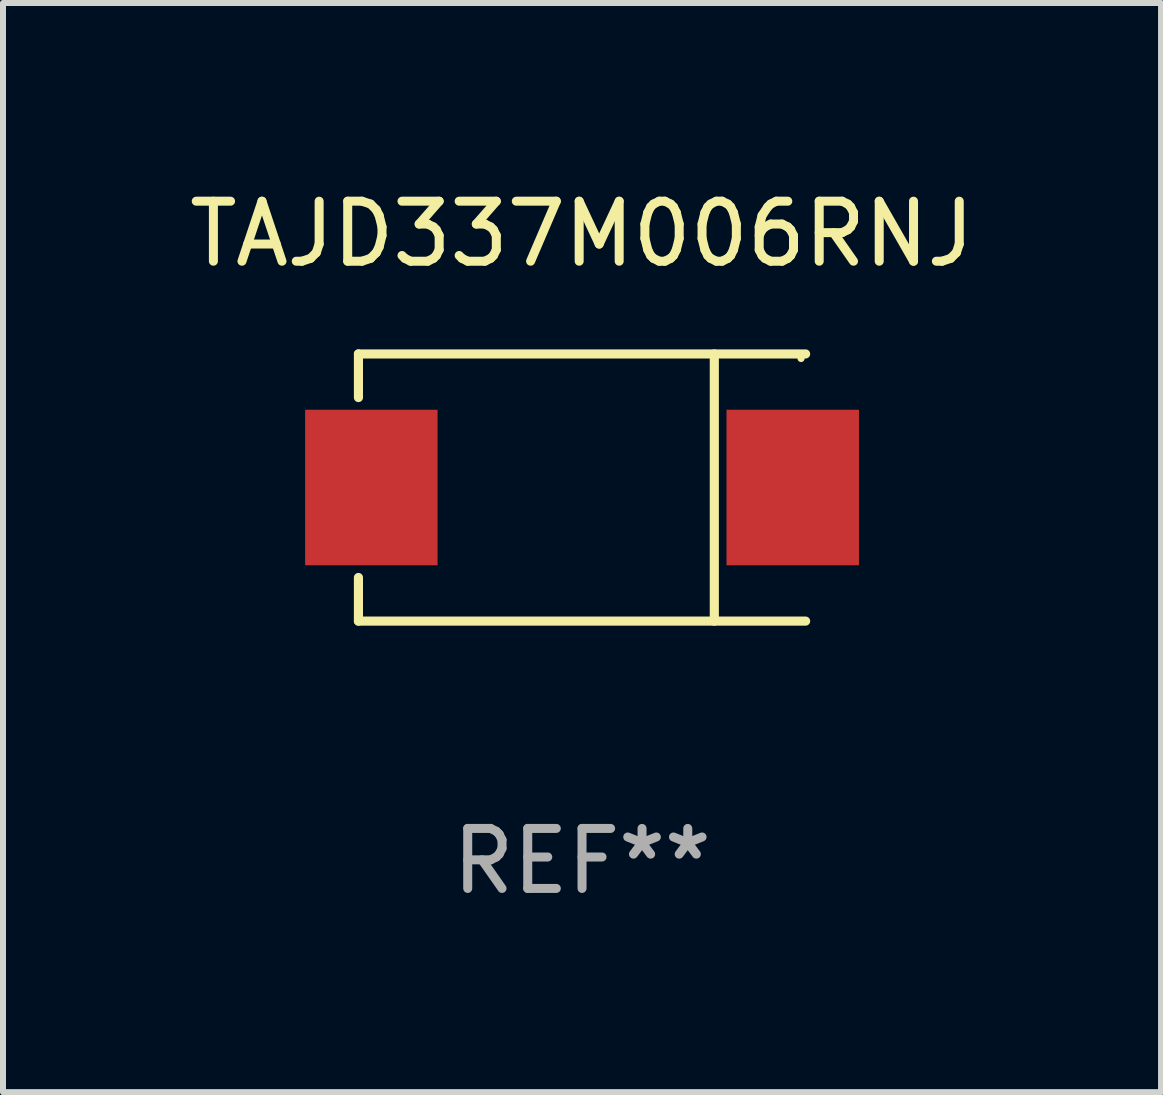
<source format=kicad_pcb>
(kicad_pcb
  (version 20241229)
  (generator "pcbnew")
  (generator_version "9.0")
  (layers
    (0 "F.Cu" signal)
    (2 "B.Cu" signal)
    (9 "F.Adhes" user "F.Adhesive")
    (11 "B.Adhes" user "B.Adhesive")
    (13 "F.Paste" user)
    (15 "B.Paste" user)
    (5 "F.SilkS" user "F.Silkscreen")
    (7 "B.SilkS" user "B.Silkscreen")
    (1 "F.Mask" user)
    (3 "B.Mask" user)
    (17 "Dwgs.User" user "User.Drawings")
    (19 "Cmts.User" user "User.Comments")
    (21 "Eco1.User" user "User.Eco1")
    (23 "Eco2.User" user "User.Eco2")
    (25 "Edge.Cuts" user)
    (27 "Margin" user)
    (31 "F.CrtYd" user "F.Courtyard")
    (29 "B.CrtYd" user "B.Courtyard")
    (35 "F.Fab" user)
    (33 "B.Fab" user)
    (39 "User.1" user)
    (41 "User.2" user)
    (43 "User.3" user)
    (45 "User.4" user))
  (footprint "TAJD337M006RNJ"
    (layer "F.Cu")
    (at 6.649 5.074)
    (property "Reference" "TAJD337M006RNJ" (at 0 -4.226 0) (layer "F.SilkS") (effects (font (size 1 1) (thickness 0.15))))
    (attr through_hole)
    (fp_line (start -3.726 -2.226) (end -3.726 -1.499) (stroke (width 0.152) (type solid)) (layer "F.SilkS"))
    (fp_line (start -3.726 -2.226) (end 3.726 -2.226) (stroke (width 0.152) (type solid)) (layer "F.SilkS"))
    (fp_line (start -3.726 2.226) (end -3.726 1.499) (stroke (width 0.152) (type solid)) (layer "F.SilkS"))
    (fp_line (start -3.726 2.226) (end 3.726 2.226) (stroke (width 0.152) (type solid)) (layer "F.SilkS"))
    (fp_line (start 2.204 -2.226) (end 2.204 2.226) (stroke (width 0.152) (type solid)) (layer "F.SilkS"))
    (fp_circle (center 3.65 -2.15) (end 3.68 -2.15) (stroke (width 0.06) (type solid)) (fill no) (layer "F.SilkS"))
    (fp_text user "REF**" (at 0 6.226 0) (layer "F.Fab") (effects (font (size 1 1) (thickness 0.15))))
    (pad "1" smd rect (at 3.511 0) (size 2.207 2.592) (layers "F.Cu" "F.Mask" "F.Paste"))
    (pad "2" smd rect (at -3.511 0) (size 2.207 2.592) (layers "F.Cu" "F.Mask" "F.Paste")))
  (gr_rect
    (start -3 -3)
    (end 16.298 15.149)
    (stroke (width 0.1) (type default))
    (fill no)
    (layer "Edge.Cuts")))
</source>
